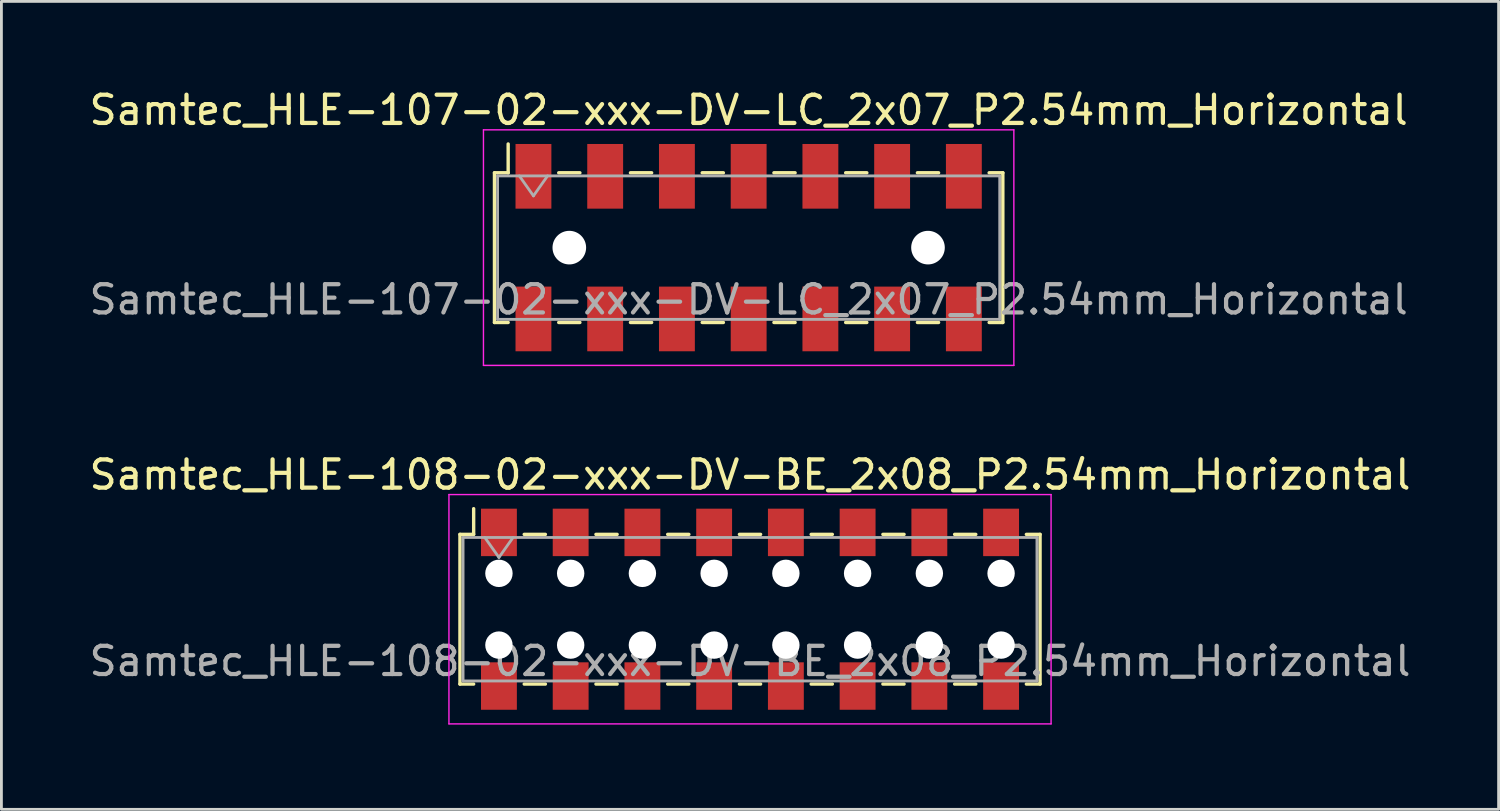
<source format=kicad_pcb>
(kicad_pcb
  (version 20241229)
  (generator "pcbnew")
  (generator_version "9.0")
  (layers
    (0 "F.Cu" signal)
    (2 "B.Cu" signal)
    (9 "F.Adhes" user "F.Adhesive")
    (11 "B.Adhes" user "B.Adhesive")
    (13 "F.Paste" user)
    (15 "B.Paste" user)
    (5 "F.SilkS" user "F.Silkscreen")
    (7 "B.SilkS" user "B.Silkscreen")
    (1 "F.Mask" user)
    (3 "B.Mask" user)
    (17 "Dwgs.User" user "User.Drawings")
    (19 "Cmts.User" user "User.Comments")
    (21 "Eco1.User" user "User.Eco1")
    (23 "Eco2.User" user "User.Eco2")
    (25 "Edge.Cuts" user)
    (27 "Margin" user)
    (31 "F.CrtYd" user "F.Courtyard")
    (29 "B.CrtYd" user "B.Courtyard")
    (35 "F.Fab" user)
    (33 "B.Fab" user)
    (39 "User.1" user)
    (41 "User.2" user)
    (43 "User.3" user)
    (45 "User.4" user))
  (footprint "Samtec_HLE-107-02-xxx-DV-LC_2x07_P2.54mm_Horizontal"
    (layer "F.Cu")
    (at 23.458 5.718)
    (property "Reference" "Samtec_HLE-107-02-xxx-DV-LC_2x07_P2.54mm_Horizontal" (at 0 -4.87 0) (layer "F.SilkS") (effects (font (size 1 1) (thickness 0.15))))
    (attr smd)
    (fp_line (start -9 -2.65) (end -9 2.65) (stroke (width 0.12) (type solid)) (layer "F.SilkS"))
    (fp_line (start -9 2.65) (end -8.515 2.65) (stroke (width 0.12) (type solid)) (layer "F.SilkS"))
    (fp_line (start -8.515 -3.67) (end -8.515 -2.65) (stroke (width 0.12) (type solid)) (layer "F.SilkS"))
    (fp_line (start -8.515 -2.65) (end -9 -2.65) (stroke (width 0.12) (type solid)) (layer "F.SilkS"))
    (fp_line (start -6.725 -2.65) (end -5.975 -2.65) (stroke (width 0.12) (type solid)) (layer "F.SilkS"))
    (fp_line (start -6.725 2.65) (end -5.975 2.65) (stroke (width 0.12) (type solid)) (layer "F.SilkS"))
    (fp_line (start -4.185 -2.65) (end -3.435 -2.65) (stroke (width 0.12) (type solid)) (layer "F.SilkS"))
    (fp_line (start -4.185 2.65) (end -3.435 2.65) (stroke (width 0.12) (type solid)) (layer "F.SilkS"))
    (fp_line (start -1.645 -2.65) (end -0.895 -2.65) (stroke (width 0.12) (type solid)) (layer "F.SilkS"))
    (fp_line (start -1.645 2.65) (end -0.895 2.65) (stroke (width 0.12) (type solid)) (layer "F.SilkS"))
    (fp_line (start 0.895 -2.65) (end 1.645 -2.65) (stroke (width 0.12) (type solid)) (layer "F.SilkS"))
    (fp_line (start 0.895 2.65) (end 1.645 2.65) (stroke (width 0.12) (type solid)) (layer "F.SilkS"))
    (fp_line (start 3.435 -2.65) (end 4.185 -2.65) (stroke (width 0.12) (type solid)) (layer "F.SilkS"))
    (fp_line (start 3.435 2.65) (end 4.185 2.65) (stroke (width 0.12) (type solid)) (layer "F.SilkS"))
    (fp_line (start 5.975 -2.65) (end 6.725 -2.65) (stroke (width 0.12) (type solid)) (layer "F.SilkS"))
    (fp_line (start 5.975 2.65) (end 6.725 2.65) (stroke (width 0.12) (type solid)) (layer "F.SilkS"))
    (fp_line (start 8.515 -2.65) (end 9 -2.65) (stroke (width 0.12) (type solid)) (layer "F.SilkS"))
    (fp_line (start 9 -2.65) (end 9 2.65) (stroke (width 0.12) (type solid)) (layer "F.SilkS"))
    (fp_line (start 9 2.65) (end 8.515 2.65) (stroke (width 0.12) (type solid)) (layer "F.SilkS"))
    (fp_line (start -9.39 -4.17) (end 9.39 -4.17) (stroke (width 0.05) (type solid)) (layer "F.CrtYd"))
    (fp_line (start -9.39 4.17) (end -9.39 -4.17) (stroke (width 0.05) (type solid)) (layer "F.CrtYd"))
    (fp_line (start 9.39 -4.17) (end 9.39 4.17) (stroke (width 0.05) (type solid)) (layer "F.CrtYd"))
    (fp_line (start 9.39 4.17) (end -9.39 4.17) (stroke (width 0.05) (type solid)) (layer "F.CrtYd"))
    (fp_line (start -8.89 -2.54) (end 8.89 -2.54) (stroke (width 0.1) (type solid)) (layer "F.Fab"))
    (fp_line (start -8.89 2.54) (end -8.89 -2.54) (stroke (width 0.1) (type solid)) (layer "F.Fab"))
    (fp_line (start -8.12 -2.54) (end -7.62 -1.833) (stroke (width 0.1) (type solid)) (layer "F.Fab"))
    (fp_line (start -7.62 -1.833) (end -7.12 -2.54) (stroke (width 0.1) (type solid)) (layer "F.Fab"))
    (fp_line (start 8.89 -2.54) (end 8.89 2.54) (stroke (width 0.1) (type solid)) (layer "F.Fab"))
    (fp_line (start 8.89 2.54) (end -8.89 2.54) (stroke (width 0.1) (type solid)) (layer "F.Fab"))
    (fp_text user "${REFERENCE}" (at 0 1.84 0) (layer "F.Fab") (effects (font (size 1 1) (thickness 0.15))))
    (pad "" np_thru_hole circle (at -6.35 0) (size 1.19 1.19) (drill 1.19) (layers "*.Cu" "*.Mask"))
    (pad "" np_thru_hole circle (at 6.35 0) (size 1.19 1.19) (drill 1.19) (layers "*.Cu" "*.Mask"))
    (pad "1" smd rect (at -7.62 -2.525) (size 1.27 2.29) (layers "F.Cu" "F.Mask" "F.Paste"))
    (pad "2" smd rect (at -7.62 2.525) (size 1.27 2.29) (layers "F.Cu" "F.Mask" "F.Paste"))
    (pad "3" smd rect (at -5.08 -2.525) (size 1.27 2.29) (layers "F.Cu" "F.Mask" "F.Paste"))
    (pad "4" smd rect (at -5.08 2.525) (size 1.27 2.29) (layers "F.Cu" "F.Mask" "F.Paste"))
    (pad "5" smd rect (at -2.54 -2.525) (size 1.27 2.29) (layers "F.Cu" "F.Mask" "F.Paste"))
    (pad "6" smd rect (at -2.54 2.525) (size 1.27 2.29) (layers "F.Cu" "F.Mask" "F.Paste"))
    (pad "7" smd rect (at 0 -2.525) (size 1.27 2.29) (layers "F.Cu" "F.Mask" "F.Paste"))
    (pad "8" smd rect (at 0 2.525) (size 1.27 2.29) (layers "F.Cu" "F.Mask" "F.Paste"))
    (pad "9" smd rect (at 2.54 -2.525) (size 1.27 2.29) (layers "F.Cu" "F.Mask" "F.Paste"))
    (pad "10" smd rect (at 2.54 2.525) (size 1.27 2.29) (layers "F.Cu" "F.Mask" "F.Paste"))
    (pad "11" smd rect (at 5.08 -2.525) (size 1.27 2.29) (layers "F.Cu" "F.Mask" "F.Paste"))
    (pad "12" smd rect (at 5.08 2.525) (size 1.27 2.29) (layers "F.Cu" "F.Mask" "F.Paste"))
    (pad "13" smd rect (at 7.62 -2.525) (size 1.27 2.29) (layers "F.Cu" "F.Mask" "F.Paste"))
    (pad "14" smd rect (at 7.62 2.525) (size 1.27 2.29) (layers "F.Cu" "F.Mask" "F.Paste")))
  (footprint "Samtec_HLE-108-02-xxx-DV-BE_2x08_P2.54mm_Horizontal"
    (layer "F.Cu")
    (at 23.506 18.521)
    (property "Reference" "Samtec_HLE-108-02-xxx-DV-BE_2x08_P2.54mm_Horizontal" (at 0 -4.76 0) (layer "F.SilkS") (effects (font (size 1 1) (thickness 0.15))))
    (attr smd)
    (fp_line (start -10.27 -2.65) (end -10.27 2.65) (stroke (width 0.12) (type solid)) (layer "F.SilkS"))
    (fp_line (start -10.27 2.65) (end -9.785 2.65) (stroke (width 0.12) (type solid)) (layer "F.SilkS"))
    (fp_line (start -9.785 -3.56) (end -9.785 -2.65) (stroke (width 0.12) (type solid)) (layer "F.SilkS"))
    (fp_line (start -9.785 -2.65) (end -10.27 -2.65) (stroke (width 0.12) (type solid)) (layer "F.SilkS"))
    (fp_line (start -7.995 -2.65) (end -7.245 -2.65) (stroke (width 0.12) (type solid)) (layer "F.SilkS"))
    (fp_line (start -7.995 2.65) (end -7.245 2.65) (stroke (width 0.12) (type solid)) (layer "F.SilkS"))
    (fp_line (start -5.455 -2.65) (end -4.705 -2.65) (stroke (width 0.12) (type solid)) (layer "F.SilkS"))
    (fp_line (start -5.455 2.65) (end -4.705 2.65) (stroke (width 0.12) (type solid)) (layer "F.SilkS"))
    (fp_line (start -2.915 -2.65) (end -2.165 -2.65) (stroke (width 0.12) (type solid)) (layer "F.SilkS"))
    (fp_line (start -2.915 2.65) (end -2.165 2.65) (stroke (width 0.12) (type solid)) (layer "F.SilkS"))
    (fp_line (start -0.375 -2.65) (end 0.375 -2.65) (stroke (width 0.12) (type solid)) (layer "F.SilkS"))
    (fp_line (start -0.375 2.65) (end 0.375 2.65) (stroke (width 0.12) (type solid)) (layer "F.SilkS"))
    (fp_line (start 2.165 -2.65) (end 2.915 -2.65) (stroke (width 0.12) (type solid)) (layer "F.SilkS"))
    (fp_line (start 2.165 2.65) (end 2.915 2.65) (stroke (width 0.12) (type solid)) (layer "F.SilkS"))
    (fp_line (start 4.705 -2.65) (end 5.455 -2.65) (stroke (width 0.12) (type solid)) (layer "F.SilkS"))
    (fp_line (start 4.705 2.65) (end 5.455 2.65) (stroke (width 0.12) (type solid)) (layer "F.SilkS"))
    (fp_line (start 7.245 -2.65) (end 7.995 -2.65) (stroke (width 0.12) (type solid)) (layer "F.SilkS"))
    (fp_line (start 7.245 2.65) (end 7.995 2.65) (stroke (width 0.12) (type solid)) (layer "F.SilkS"))
    (fp_line (start 9.785 -2.65) (end 10.27 -2.65) (stroke (width 0.12) (type solid)) (layer "F.SilkS"))
    (fp_line (start 10.27 -2.65) (end 10.27 2.65) (stroke (width 0.12) (type solid)) (layer "F.SilkS"))
    (fp_line (start 10.27 2.65) (end 9.785 2.65) (stroke (width 0.12) (type solid)) (layer "F.SilkS"))
    (fp_line (start -10.66 -4.06) (end 10.66 -4.06) (stroke (width 0.05) (type solid)) (layer "F.CrtYd"))
    (fp_line (start -10.66 4.06) (end -10.66 -4.06) (stroke (width 0.05) (type solid)) (layer "F.CrtYd"))
    (fp_line (start 10.66 -4.06) (end 10.66 4.06) (stroke (width 0.05) (type solid)) (layer "F.CrtYd"))
    (fp_line (start 10.66 4.06) (end -10.66 4.06) (stroke (width 0.05) (type solid)) (layer "F.CrtYd"))
    (fp_line (start -10.16 -2.54) (end 10.16 -2.54) (stroke (width 0.1) (type solid)) (layer "F.Fab"))
    (fp_line (start -10.16 2.54) (end -10.16 -2.54) (stroke (width 0.1) (type solid)) (layer "F.Fab"))
    (fp_line (start -9.39 -2.54) (end -8.89 -1.833) (stroke (width 0.1) (type solid)) (layer "F.Fab"))
    (fp_line (start -8.89 -1.833) (end -8.39 -2.54) (stroke (width 0.1) (type solid)) (layer "F.Fab"))
    (fp_line (start 10.16 -2.54) (end 10.16 2.54) (stroke (width 0.1) (type solid)) (layer "F.Fab"))
    (fp_line (start 10.16 2.54) (end -10.16 2.54) (stroke (width 0.1) (type solid)) (layer "F.Fab"))
    (fp_text user "${REFERENCE}" (at 0 1.84 0) (layer "F.Fab") (effects (font (size 1 1) (thickness 0.15))))
    (pad "" np_thru_hole circle (at -8.89 -1.27) (size 0.97 0.97) (drill 0.97) (layers "*.Cu" "*.Mask"))
    (pad "" np_thru_hole circle (at -8.89 1.27) (size 0.97 0.97) (drill 0.97) (layers "*.Cu" "*.Mask"))
    (pad "" np_thru_hole circle (at -6.35 -1.27) (size 0.97 0.97) (drill 0.97) (layers "*.Cu" "*.Mask"))
    (pad "" np_thru_hole circle (at -6.35 1.27) (size 0.97 0.97) (drill 0.97) (layers "*.Cu" "*.Mask"))
    (pad "" np_thru_hole circle (at -3.81 -1.27) (size 0.97 0.97) (drill 0.97) (layers "*.Cu" "*.Mask"))
    (pad "" np_thru_hole circle (at -3.81 1.27) (size 0.97 0.97) (drill 0.97) (layers "*.Cu" "*.Mask"))
    (pad "" np_thru_hole circle (at -1.27 -1.27) (size 0.97 0.97) (drill 0.97) (layers "*.Cu" "*.Mask"))
    (pad "" np_thru_hole circle (at -1.27 1.27) (size 0.97 0.97) (drill 0.97) (layers "*.Cu" "*.Mask"))
    (pad "" np_thru_hole circle (at 1.27 -1.27) (size 0.97 0.97) (drill 0.97) (layers "*.Cu" "*.Mask"))
    (pad "" np_thru_hole circle (at 1.27 1.27) (size 0.97 0.97) (drill 0.97) (layers "*.Cu" "*.Mask"))
    (pad "" np_thru_hole circle (at 3.81 -1.27) (size 0.97 0.97) (drill 0.97) (layers "*.Cu" "*.Mask"))
    (pad "" np_thru_hole circle (at 3.81 1.27) (size 0.97 0.97) (drill 0.97) (layers "*.Cu" "*.Mask"))
    (pad "" np_thru_hole circle (at 6.35 -1.27) (size 0.97 0.97) (drill 0.97) (layers "*.Cu" "*.Mask"))
    (pad "" np_thru_hole circle (at 6.35 1.27) (size 0.97 0.97) (drill 0.97) (layers "*.Cu" "*.Mask"))
    (pad "" np_thru_hole circle (at 8.89 -1.27) (size 0.97 0.97) (drill 0.97) (layers "*.Cu" "*.Mask"))
    (pad "" np_thru_hole circle (at 8.89 1.27) (size 0.97 0.97) (drill 0.97) (layers "*.Cu" "*.Mask"))
    (pad "1" smd rect (at -8.89 -2.72) (size 1.27 1.68) (layers "F.Cu" "F.Mask" "F.Paste"))
    (pad "2" smd rect (at -8.89 2.72) (size 1.27 1.68) (layers "F.Cu" "F.Mask" "F.Paste"))
    (pad "3" smd rect (at -6.35 -2.72) (size 1.27 1.68) (layers "F.Cu" "F.Mask" "F.Paste"))
    (pad "4" smd rect (at -6.35 2.72) (size 1.27 1.68) (layers "F.Cu" "F.Mask" "F.Paste"))
    (pad "5" smd rect (at -3.81 -2.72) (size 1.27 1.68) (layers "F.Cu" "F.Mask" "F.Paste"))
    (pad "6" smd rect (at -3.81 2.72) (size 1.27 1.68) (layers "F.Cu" "F.Mask" "F.Paste"))
    (pad "7" smd rect (at -1.27 -2.72) (size 1.27 1.68) (layers "F.Cu" "F.Mask" "F.Paste"))
    (pad "8" smd rect (at -1.27 2.72) (size 1.27 1.68) (layers "F.Cu" "F.Mask" "F.Paste"))
    (pad "9" smd rect (at 1.27 -2.72) (size 1.27 1.68) (layers "F.Cu" "F.Mask" "F.Paste"))
    (pad "10" smd rect (at 1.27 2.72) (size 1.27 1.68) (layers "F.Cu" "F.Mask" "F.Paste"))
    (pad "11" smd rect (at 3.81 -2.72) (size 1.27 1.68) (layers "F.Cu" "F.Mask" "F.Paste"))
    (pad "12" smd rect (at 3.81 2.72) (size 1.27 1.68) (layers "F.Cu" "F.Mask" "F.Paste"))
    (pad "13" smd rect (at 6.35 -2.72) (size 1.27 1.68) (layers "F.Cu" "F.Mask" "F.Paste"))
    (pad "14" smd rect (at 6.35 2.72) (size 1.27 1.68) (layers "F.Cu" "F.Mask" "F.Paste"))
    (pad "15" smd rect (at 8.89 -2.72) (size 1.27 1.68) (layers "F.Cu" "F.Mask" "F.Paste"))
    (pad "16" smd rect (at 8.89 2.72) (size 1.27 1.68) (layers "F.Cu" "F.Mask" "F.Paste")))
  (gr_rect
    (start -3 -3)
    (end 50.012 25.607)
    (stroke (width 0.1) (type default))
    (fill no)
    (layer "Edge.Cuts")))
</source>
